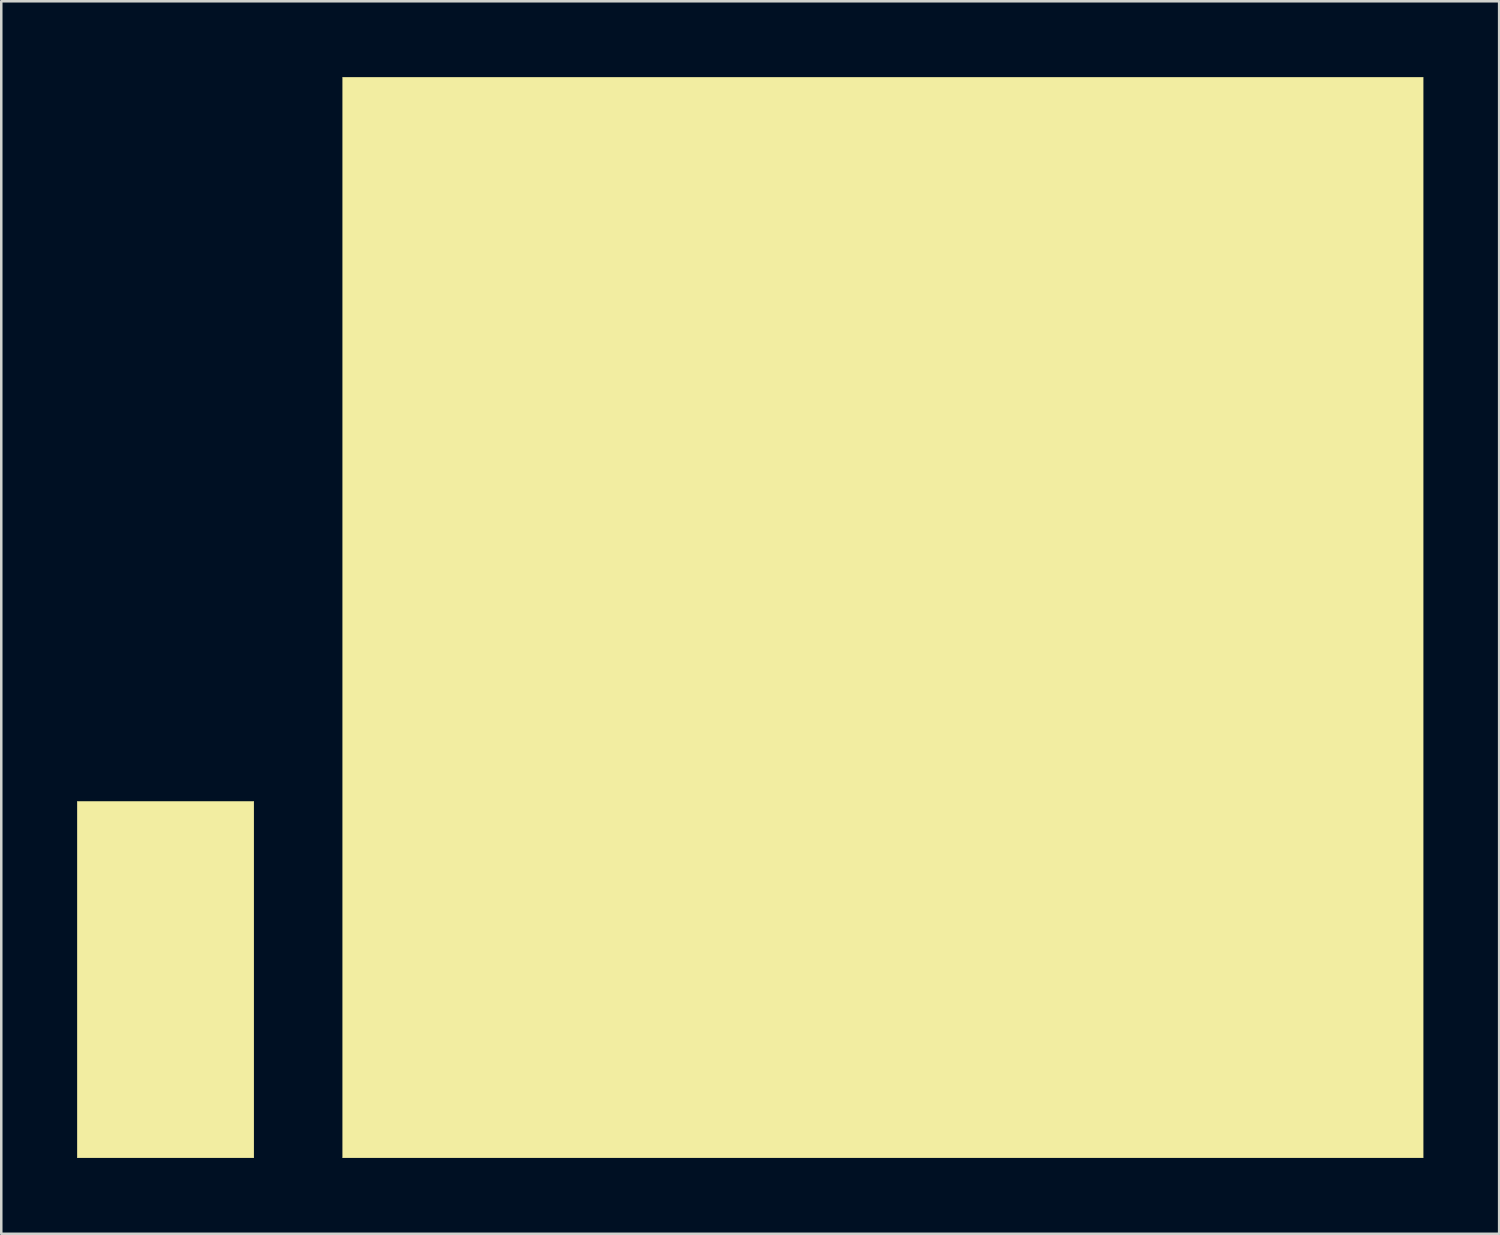
<source format=kicad_pcb>
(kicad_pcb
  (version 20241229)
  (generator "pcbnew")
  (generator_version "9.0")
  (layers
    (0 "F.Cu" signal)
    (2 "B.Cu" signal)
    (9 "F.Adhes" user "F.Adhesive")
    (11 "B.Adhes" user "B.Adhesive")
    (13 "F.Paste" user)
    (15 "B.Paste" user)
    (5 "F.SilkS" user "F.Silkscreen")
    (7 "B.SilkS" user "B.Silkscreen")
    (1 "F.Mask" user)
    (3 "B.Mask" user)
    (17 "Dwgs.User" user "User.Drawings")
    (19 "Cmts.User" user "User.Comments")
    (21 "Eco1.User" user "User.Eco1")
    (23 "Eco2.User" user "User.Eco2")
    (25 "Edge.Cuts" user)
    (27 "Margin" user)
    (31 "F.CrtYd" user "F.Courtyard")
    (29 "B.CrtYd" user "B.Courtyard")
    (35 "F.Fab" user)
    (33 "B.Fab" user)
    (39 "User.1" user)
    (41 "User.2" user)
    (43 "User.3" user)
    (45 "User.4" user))
  (footprint "layout_02_back"
    (layer "F.Cu")
    (at 27.439 20.956)
    (property "Reference" "layout_02_back" (at 0 0 0) (layer "F.SilkS") (effects (font (size 1.524 1.524) (thickness 0.3))))
    (attr through_hole)
    (fp_poly (pts (xy -20.442 21.815) (xy -27.434 21.815) (xy -27.434 7.704) (xy -20.442 7.704) (xy -20.442 21.815)) (stroke (width 0.01) (type solid)) (fill yes) (layer "F.SilkS"))
    (fp_poly (pts (xy 25.832 21.815) (xy -16.933 21.815) (xy -16.933 -20.951) (xy 25.832 -20.951) (xy 25.832 21.815)) (stroke (width 0.01) (type solid)) (fill yes) (layer "F.SilkS")))
  (gr_rect
    (start -3 -3)
    (end 56.276 45.776)
    (stroke (width 0.1) (type default))
    (fill no)
    (layer "Edge.Cuts")))
</source>
